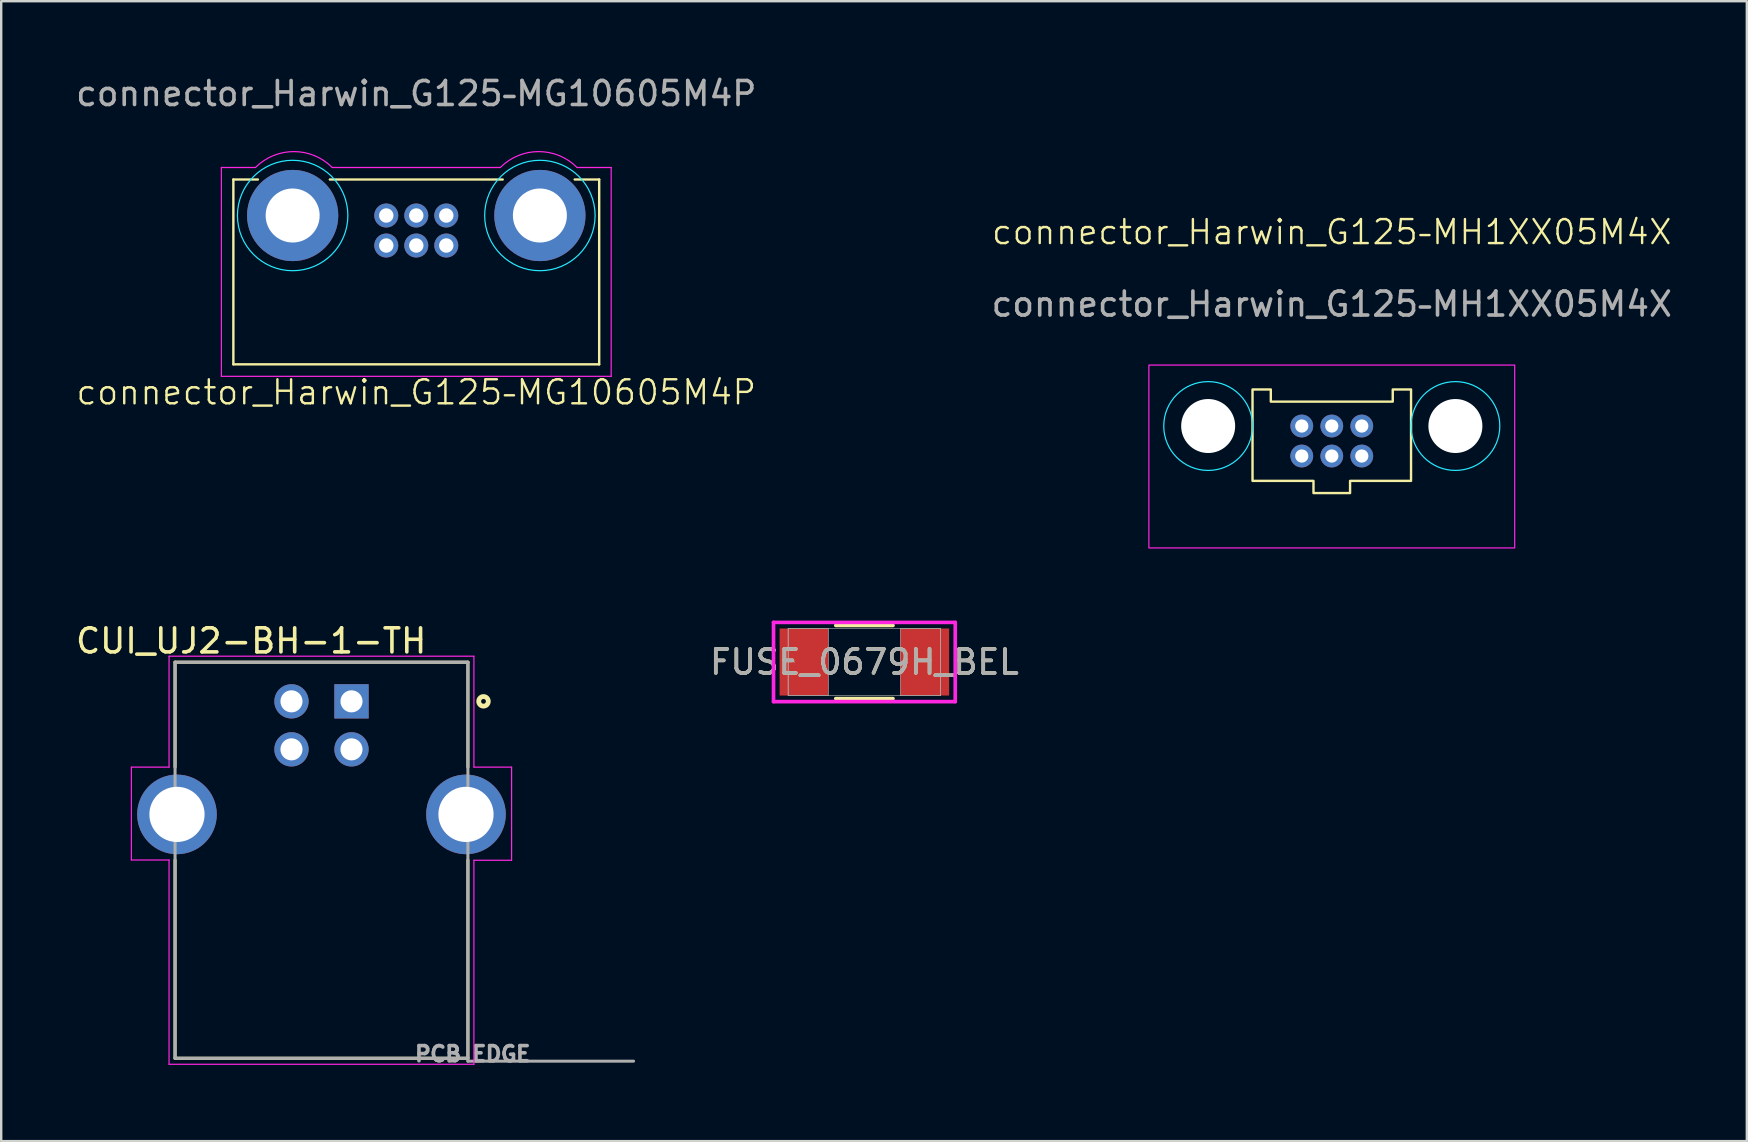
<source format=kicad_pcb>
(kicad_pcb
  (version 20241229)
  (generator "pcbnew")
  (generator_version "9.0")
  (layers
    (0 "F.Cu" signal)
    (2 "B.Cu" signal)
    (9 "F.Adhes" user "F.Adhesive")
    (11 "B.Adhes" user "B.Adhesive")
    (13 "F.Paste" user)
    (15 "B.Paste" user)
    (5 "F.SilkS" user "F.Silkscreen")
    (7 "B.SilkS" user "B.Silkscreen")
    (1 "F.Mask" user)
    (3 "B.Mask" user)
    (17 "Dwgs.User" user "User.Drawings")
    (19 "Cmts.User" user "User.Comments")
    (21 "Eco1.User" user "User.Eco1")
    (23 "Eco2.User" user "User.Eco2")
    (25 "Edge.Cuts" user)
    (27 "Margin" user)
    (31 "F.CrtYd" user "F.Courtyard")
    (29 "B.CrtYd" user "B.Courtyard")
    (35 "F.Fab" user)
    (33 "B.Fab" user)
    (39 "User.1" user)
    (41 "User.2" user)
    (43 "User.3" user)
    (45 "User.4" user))
  (footprint "connector_Harwin_G125–MH1XX05M4X"
    (layer "F.Cu")
    (at 52.432 14.698)
    (property "Reference" "connector_Harwin_G125–MH1XX05M4X" (at 0 -8.08 0) (unlocked yes) (layer "F.SilkS") (effects (font (size 1 1) (thickness 0.1))))
    (attr smd)
    (fp_poly (pts (xy -3.302 -1.524) (xy -2.54 -1.524) (xy -2.54 -1.016) (xy 2.54 -1.016) (xy 2.54 -1.524) (xy 3.302 -1.524) (xy 3.302 2.286) (xy 0.762 2.286) (xy 0.762 2.794) (xy -0.762 2.794) (xy -0.762 2.286) (xy -3.302 2.286)) (stroke (width 0.1) (type solid)) (fill no) (layer "F.SilkS"))
    (fp_circle (center -5.15 0) (end -3.3 0) (stroke (width 0.05) (type default)) (fill no) (layer "B.CrtYd"))
    (fp_circle (center 5.15 0) (end 7 0) (stroke (width 0.05) (type default)) (fill no) (layer "B.CrtYd"))
    (fp_rect (start -7.62 -2.54) (end 7.62 5.08) (stroke (width 0.05) (type default)) (fill no) (layer "F.CrtYd"))
    (fp_text user "${REFERENCE}" (at 0 -5.08 0) (unlocked yes) (layer "F.Fab") (effects (font (size 1 1) (thickness 0.15))))
    (dimension (type orthogonal) (layer "User.1") (pts (xy 51.182 15.948) (xy 47.282 14.698)) (height -13.99) (orientation 1) (format (prefix "") (suffix "") (units 3) (units_format 1) (precision 4)) (style (thickness 0.1) (arrow_length 1.27) (text_position_mode 0) (arrow_direction outward) (extension_height 0.586) (extension_offset 0.5) (keep_text_aligned yes)) (gr_text "1.2500 mm" (at 36.042 15.323 90) (layer "User.1") (effects (font (size 1 1) (thickness 0.15)))))
    (dimension (type orthogonal) (layer "User.1") (pts (xy 47.282 14.698) (xy 57.582 14.698)) (height -12.7) (orientation 0) (format (prefix "") (suffix "") (units 3) (units_format 1) (precision 4)) (style (thickness 0.1) (arrow_length 1.27) (text_position_mode 0) (arrow_direction outward) (extension_height 0.586) (extension_offset 0.5) (keep_text_aligned yes)) (gr_text "10.3000 mm" (at 52.432 0.848 0) (layer "User.1") (effects (font (size 1 1) (thickness 0.15)))))
    (pad "" np_thru_hole circle (at -5.15 0) (size 2.25 2.25) (drill 2.25) (layers "*.Cu" "*.Mask"))
    (pad "" np_thru_hole circle (at 5.15 0) (size 2.25 2.25) (drill 2.25) (layers "*.Cu" "*.Mask"))
    (pad "1" thru_hole circle (at 1.25 0) (size 0.95 0.95) (drill 0.55) (layers "*.Cu" "*.Mask"))
    (pad "2" thru_hole circle (at 0 0) (size 0.95 0.95) (drill 0.55) (layers "*.Cu" "*.Mask"))
    (pad "3" thru_hole circle (at -1.25 0) (size 0.95 0.95) (drill 0.55) (layers "*.Cu" "*.Mask"))
    (pad "4" thru_hole circle (at 1.25 1.25) (size 0.95 0.95) (drill 0.55) (layers "*.Cu" "*.Mask"))
    (pad "5" thru_hole circle (at 0 1.25) (size 0.95 0.95) (drill 0.55) (layers "*.Cu" "*.Mask"))
    (pad "6" thru_hole circle (at -1.25 1.25) (size 0.95 0.95) (drill 0.55) (layers "*.Cu" "*.Mask")))
  (footprint "CUI_UJ2-BH-1-TH"
    (layer "F.Cu")
    (at 11.593 26.168)
    (property "Reference" "CUI_UJ2-BH-1-TH" (at -4.178 -2.517 0) (layer "F.SilkS") (effects (font (size 1.001 1.001) (thickness 0.15))))
    (attr through_hole)
    (fp_line (start -7.35 -1.63) (end 4.85 -1.63) (stroke (width 0.127) (type solid)) (layer "F.SilkS"))
    (fp_line (start -7.35 2.74) (end -7.35 -1.63) (stroke (width 0.127) (type solid)) (layer "F.SilkS"))
    (fp_line (start -7.35 6.61) (end -7.35 14.87) (stroke (width 0.127) (type solid)) (layer "F.SilkS"))
    (fp_line (start -7.35 14.87) (end 4.85 14.87) (stroke (width 0.127) (type solid)) (layer "F.SilkS"))
    (fp_line (start 4.85 -1.63) (end 4.85 2.74) (stroke (width 0.127) (type solid)) (layer "F.SilkS"))
    (fp_line (start 4.85 14.87) (end 4.85 6.61) (stroke (width 0.127) (type solid)) (layer "F.SilkS"))
    (fp_circle (center 5.5 0) (end 5.7 0) (stroke (width 0.2) (type solid)) (fill no) (layer "F.SilkS"))
    (fp_line (start -9.17 2.74) (end -7.6 2.74) (stroke (width 0.05) (type solid)) (layer "F.CrtYd"))
    (fp_line (start -9.17 6.61) (end -9.17 2.74) (stroke (width 0.05) (type solid)) (layer "F.CrtYd"))
    (fp_line (start -7.6 -1.88) (end 5.1 -1.88) (stroke (width 0.05) (type solid)) (layer "F.CrtYd"))
    (fp_line (start -7.6 2.74) (end -7.6 -1.88) (stroke (width 0.05) (type solid)) (layer "F.CrtYd"))
    (fp_line (start -7.6 6.61) (end -9.17 6.61) (stroke (width 0.05) (type solid)) (layer "F.CrtYd"))
    (fp_line (start -7.6 15.12) (end -7.6 6.61) (stroke (width 0.05) (type solid)) (layer "F.CrtYd"))
    (fp_line (start 5.1 -1.88) (end 5.1 2.74) (stroke (width 0.05) (type solid)) (layer "F.CrtYd"))
    (fp_line (start 5.1 2.74) (end 6.67 2.74) (stroke (width 0.05) (type solid)) (layer "F.CrtYd"))
    (fp_line (start 5.1 6.62) (end 5.1 15.12) (stroke (width 0.05) (type solid)) (layer "F.CrtYd"))
    (fp_line (start 5.1 15.12) (end -7.6 15.12) (stroke (width 0.05) (type solid)) (layer "F.CrtYd"))
    (fp_line (start 6.67 2.74) (end 6.67 6.62) (stroke (width 0.05) (type solid)) (layer "F.CrtYd"))
    (fp_line (start 6.67 6.62) (end 5.1 6.62) (stroke (width 0.05) (type solid)) (layer "F.CrtYd"))
    (fp_line (start -7.35 -1.63) (end 4.85 -1.63) (stroke (width 0.127) (type solid)) (layer "F.Fab"))
    (fp_line (start -7.35 14.87) (end -7.35 -1.63) (stroke (width 0.127) (type solid)) (layer "F.Fab"))
    (fp_line (start 4.85 -1.63) (end 4.85 14.87) (stroke (width 0.127) (type solid)) (layer "F.Fab"))
    (fp_line (start 4.85 14.87) (end -7.35 14.87) (stroke (width 0.127) (type solid)) (layer "F.Fab"))
    (fp_line (start 4.85 14.87) (end 4.85 14.99) (stroke (width 0.127) (type solid)) (layer "F.Fab"))
    (fp_line (start 4.85 14.99) (end 11.75 14.99) (stroke (width 0.127) (type solid)) (layer "F.Fab"))
    (fp_circle (center 0 0) (end 0.2 0) (stroke (width 0.4) (type solid)) (fill no) (layer "F.Fab"))
    (fp_text user "PCB EDGE" (at 5.05 14.689 0) (layer "F.Fab") (effects (font (size 0.631 0.631) (thickness 0.15))))
    (pad "1" thru_hole rect (at 0 0) (size 1.428 1.428) (drill 0.92) (layers "*.Cu" "*.Mask"))
    (pad "2" thru_hole circle (at -2.5 0) (size 1.428 1.428) (drill 0.92) (layers "*.Cu" "*.Mask"))
    (pad "3" thru_hole circle (at -2.5 2) (size 1.428 1.428) (drill 0.92) (layers "*.Cu" "*.Mask"))
    (pad "4" thru_hole circle (at 0 2) (size 1.428 1.428) (drill 0.92) (layers "*.Cu" "*.Mask"))
    (pad "SH1" thru_hole circle (at -7.27 4.71) (size 3.316 3.316) (drill 2.3) (layers "*.Cu" "*.Mask"))
    (pad "SH2" thru_hole circle (at 4.77 4.71) (size 3.316 3.316) (drill 2.3) (layers "*.Cu" "*.Mask")))
  (footprint "connector_Harwin_G125–MG10605M4P"
    (layer "F.Cu")
    (at 14.292 5.928)
    (property "Reference" "connector_Harwin_G125–MG10605M4P" (at 0 7.366 0) (unlocked yes) (layer "F.SilkS") (effects (font (size 1 1) (thickness 0.1))))
    (attr smd)
    (fp_line (start -7.62 -1.5) (end -6.6 -1.5) (stroke (width 0.1) (type default)) (layer "F.SilkS"))
    (fp_line (start -7.62 6.2) (end -7.62 -1.5) (stroke (width 0.1) (type default)) (layer "F.SilkS"))
    (fp_line (start 3.6 -1.5) (end -3.6 -1.5) (stroke (width 0.1) (type default)) (layer "F.SilkS"))
    (fp_line (start 7.62 -1.5) (end 6.6 -1.5) (stroke (width 0.1) (type default)) (layer "F.SilkS"))
    (fp_line (start 7.62 -1.5) (end 7.62 6.2) (stroke (width 0.1) (type default)) (layer "F.SilkS"))
    (fp_line (start 7.62 6.2) (end -7.62 6.2) (stroke (width 0.1) (type default)) (layer "F.SilkS"))
    (fp_circle (center -5.15 0) (end -2.85 0) (stroke (width 0.05) (type default)) (fill no) (layer "B.CrtYd"))
    (fp_circle (center 5.15 0) (end 7.45 0) (stroke (width 0.05) (type default)) (fill no) (layer "B.CrtYd"))
    (fp_line (start -8.12 -2) (end -6.7 -2) (stroke (width 0.05) (type default)) (layer "F.CrtYd"))
    (fp_line (start -8.12 6.7) (end -8.12 -2) (stroke (width 0.05) (type default)) (layer "F.CrtYd"))
    (fp_line (start 3.5 -2) (end -3.5 -2) (stroke (width 0.05) (type default)) (layer "F.CrtYd"))
    (fp_line (start 8.12 -2) (end 6.7 -2) (stroke (width 0.05) (type default)) (layer "F.CrtYd"))
    (fp_line (start 8.12 6.7) (end -8.12 6.7) (stroke (width 0.05) (type default)) (layer "F.CrtYd"))
    (fp_line (start 8.12 6.7) (end 8.12 -2) (stroke (width 0.05) (type default)) (layer "F.CrtYd"))
    (fp_arc (start -6.7 -2) (mid -5.1 -2.662701) (end -3.5 -2) (stroke (width 0.05) (type default)) (layer "F.CrtYd"))
    (fp_arc (start 3.5 -2) (mid 5.1 -2.6627) (end 6.7 -2) (stroke (width 0.05) (type default)) (layer "F.CrtYd"))
    (fp_text user "${REFERENCE}" (at 0 -5.08 0) (unlocked yes) (layer "F.Fab") (effects (font (size 1 1) (thickness 0.15))))
    (pad "" thru_hole circle (at -5.15 0) (size 3.8 3.8) (drill 2.25) (layers "*.Cu" "*.Mask"))
    (pad "" thru_hole circle (at 5.15 0) (size 3.8 3.8) (drill 2.25) (layers "*.Cu" "*.Mask"))
    (pad "1" thru_hole circle (at 1.25 0) (size 1 1) (drill 0.6) (layers "*.Cu" "*.Mask"))
    (pad "2" thru_hole circle (at 0 0) (size 1 1) (drill 0.6) (layers "*.Cu" "*.Mask"))
    (pad "3" thru_hole circle (at -1.25 0) (size 1 1) (drill 0.6) (layers "*.Cu" "*.Mask"))
    (pad "4" thru_hole circle (at 1.25 1.25) (size 1 1) (drill 0.6) (layers "*.Cu" "*.Mask"))
    (pad "5" thru_hole circle (at 0 1.25) (size 1 1) (drill 0.6) (layers "*.Cu" "*.Mask"))
    (pad "6" thru_hole circle (at -1.25 1.25) (size 1 1) (drill 0.6) (layers "*.Cu" "*.Mask"))
    (zone (net_name "") (layer "F.Cu") (name "no_tht") (hatch edge 0.5) (connect_pads) (min_thickness 0.25) (filled_areas_thickness no) (keepout (tracks allowed) (vias allowed) (pads not_allowed) (copperpour allowed) (footprints allowed)) (placement (enabled no)) (fill) (polygon (pts (xy 6.672 8.238) (xy 21.912 8.238) (xy 21.912 12.128) (xy 6.672 12.128)))))
  (footprint "FUSE_0679H_BEL"
    (layer "F.Cu")
    (at 32.96 24.53)
    (property "Reference" "FUSE_0679H_BEL" (at 0 0 0) (unlocked yes) (layer "F.SilkS") (effects (font (size 1 1) (thickness 0.15))))
    (attr smd)
    (fp_line (start -1.191 1.524) (end 1.191 1.524) (stroke (width 0.152) (type solid)) (layer "F.SilkS"))
    (fp_line (start 1.191 -1.524) (end -1.191 -1.524) (stroke (width 0.152) (type solid)) (layer "F.SilkS"))
    (fp_line (start -3.785 -1.651) (end 3.785 -1.651) (stroke (width 0.152) (type solid)) (layer "F.CrtYd"))
    (fp_line (start -3.785 1.651) (end -3.785 -1.651) (stroke (width 0.152) (type solid)) (layer "F.CrtYd"))
    (fp_line (start 3.785 -1.651) (end 3.785 1.651) (stroke (width 0.152) (type solid)) (layer "F.CrtYd"))
    (fp_line (start 3.785 1.651) (end -3.785 1.651) (stroke (width 0.152) (type solid)) (layer "F.CrtYd"))
    (fp_line (start -3.175 -1.397) (end -3.175 1.397) (stroke (width 0.025) (type solid)) (layer "F.Fab"))
    (fp_line (start -3.175 -1.397) (end -3.175 1.397) (stroke (width 0.025) (type solid)) (layer "F.Fab"))
    (fp_line (start -3.175 1.397) (end -1.499 1.397) (stroke (width 0.025) (type solid)) (layer "F.Fab"))
    (fp_line (start -3.175 1.397) (end 3.175 1.397) (stroke (width 0.025) (type solid)) (layer "F.Fab"))
    (fp_line (start -1.499 -1.397) (end -3.175 -1.397) (stroke (width 0.025) (type solid)) (layer "F.Fab"))
    (fp_line (start -1.499 1.397) (end -1.499 -1.397) (stroke (width 0.025) (type solid)) (layer "F.Fab"))
    (fp_line (start 1.499 -1.397) (end 1.499 1.397) (stroke (width 0.025) (type solid)) (layer "F.Fab"))
    (fp_line (start 1.499 1.397) (end 3.175 1.397) (stroke (width 0.025) (type solid)) (layer "F.Fab"))
    (fp_line (start 3.175 -1.397) (end -3.175 -1.397) (stroke (width 0.025) (type solid)) (layer "F.Fab"))
    (fp_line (start 3.175 -1.397) (end 1.499 -1.397) (stroke (width 0.025) (type solid)) (layer "F.Fab"))
    (fp_line (start 3.175 1.397) (end 3.175 -1.397) (stroke (width 0.025) (type solid)) (layer "F.Fab"))
    (fp_line (start 3.175 1.397) (end 3.175 -1.397) (stroke (width 0.025) (type solid)) (layer "F.Fab"))
    (fp_circle (center -2.921 0) (end -2.921 0) (stroke (width 0.025) (type solid)) (fill no) (layer "F.Fab"))
    (fp_text user "${REFERENCE}" (at 0 0 0) (unlocked yes) (layer "F.Fab") (effects (font (size 1 1) (thickness 0.15))))
    (pad "1" smd rect (at -2.515 0) (size 2.032 2.794) (layers "F.Cu" "F.Mask" "F.Paste"))
    (pad "2" smd rect (at 2.515 0) (size 2.032 2.794) (layers "F.Cu" "F.Mask" "F.Paste"))
    (zone (net_name "") (layer "F.Cu") (hatch full 0.508) (connect_pads) (min_thickness 0.254) (filled_areas_thickness no) (keepout (tracks not_allowed) (vias not_allowed) (pads allowed) (copperpour not_allowed) (footprints allowed)) (placement (enabled no)) (fill) (polygon (pts (xy 31.512 23.184) (xy 34.407 23.184) (xy 34.407 25.877) (xy 31.512 25.877)))))
  (gr_rect
    (start -3 -3)
    (end 69.723 44.49)
    (stroke (width 0.1) (type default))
    (fill no)
    (layer "Edge.Cuts")))
</source>
